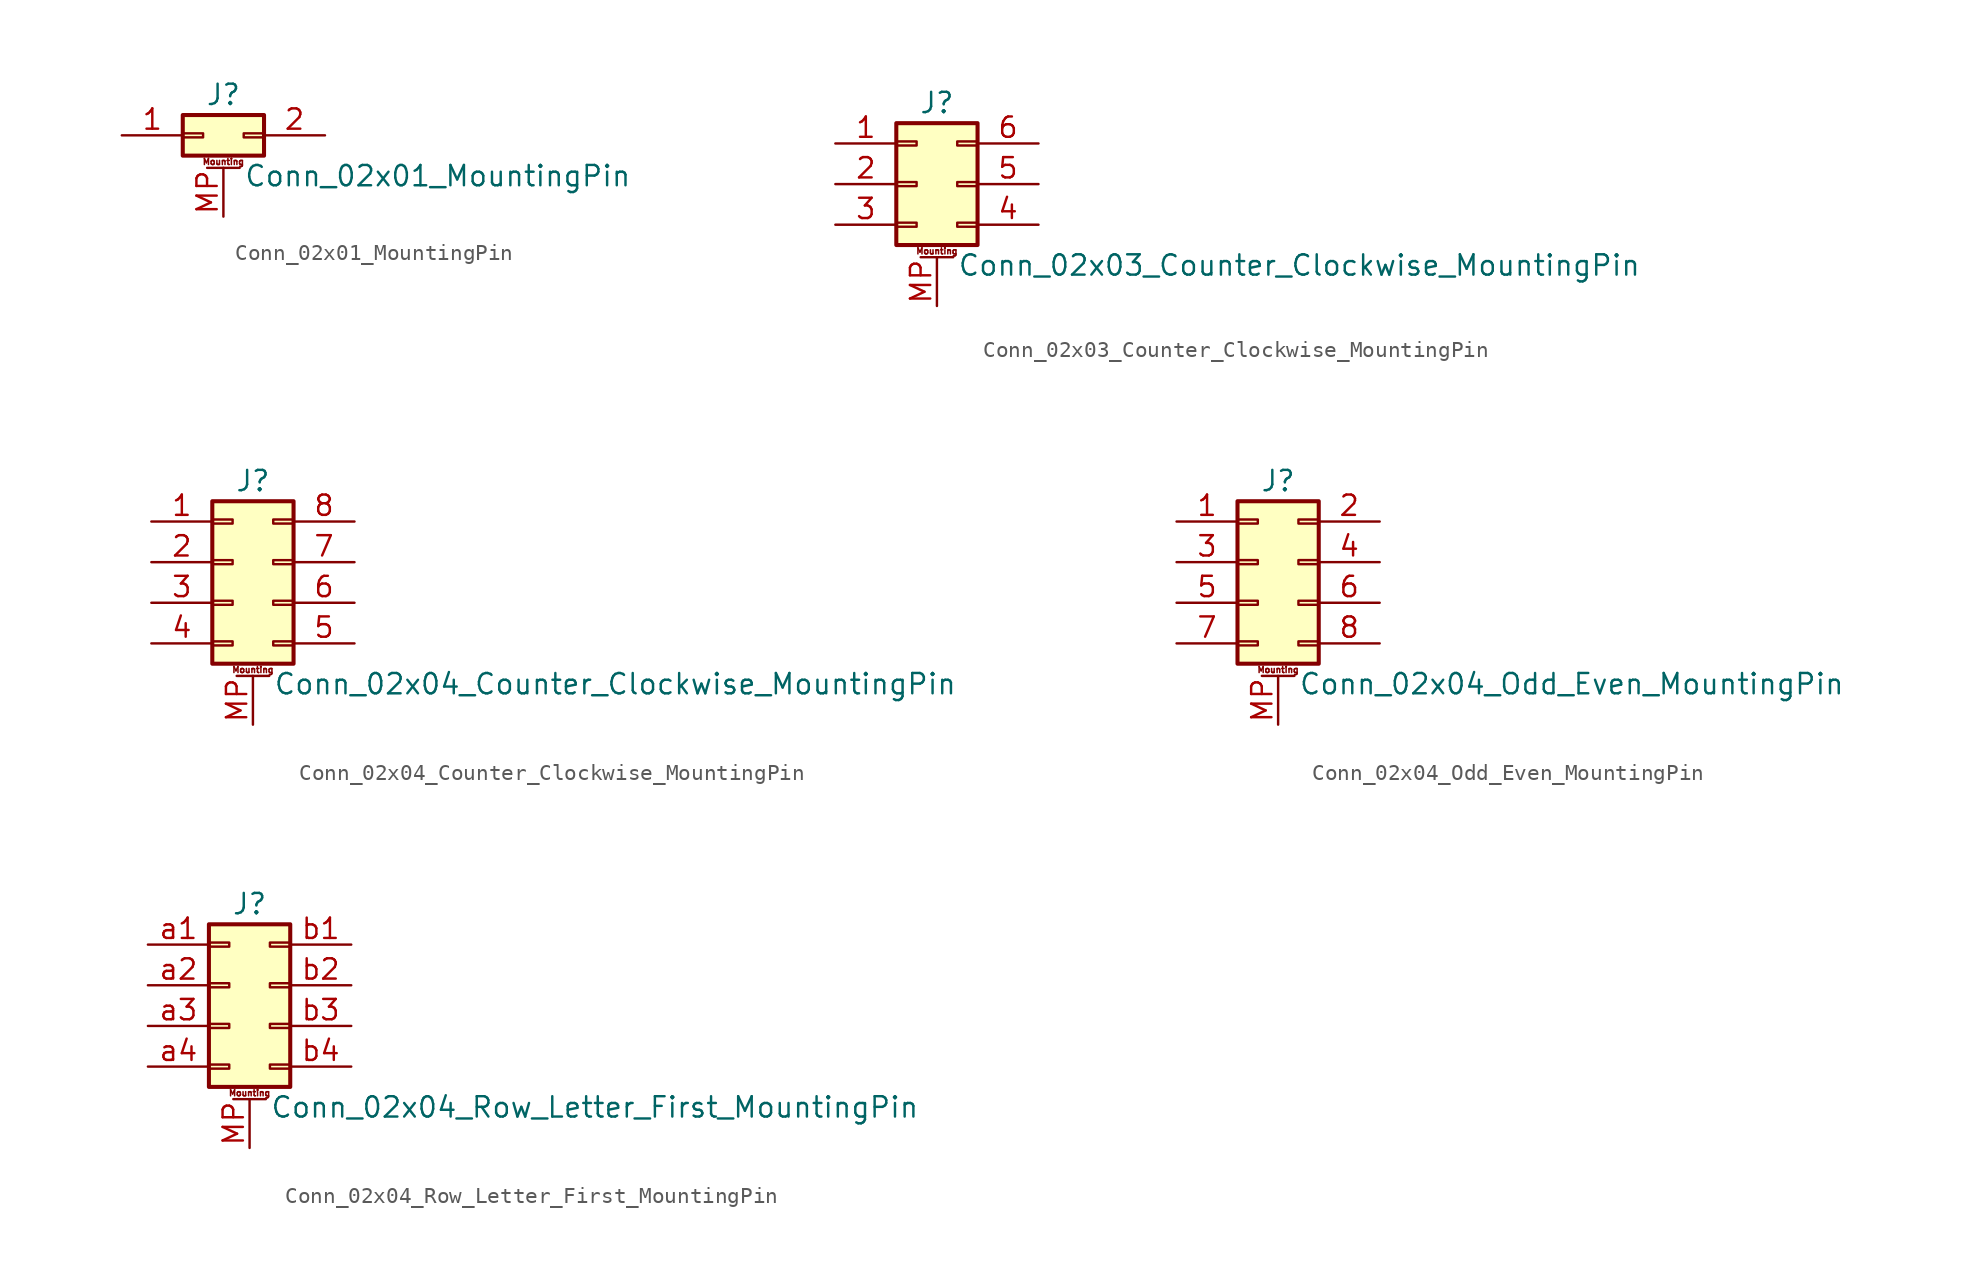
<source format=kicad_sym>
(kicad_symbol_lib
  (version 20201005)
  (generator kicad_symbol_editor)
  (symbol "Connector_Generic_MountingPin:Conn_02x01_MountingPin"
    (pin_names
      (offset 1.016) hide)
    (property "Reference" "J"
      (at 1.27 2.54 0)
      (effects (font (size 1.27 1.27))))
    (property "Value" "Conn_02x01_MountingPin"
      (at 2.54 -2.54 0)
      (effects (font (size 1.27 1.27)) (justify left)))
    (symbol "Conn_02x01_MountingPin_1_1"
      (text "Mounting" (at 1.27 -1.651 0) (effects (font (size 0.381 0.381))))
      (rectangle (start -1.27 0.127) (end 0 -0.127) (stroke (width 0.152)) (fill (type none)))
      (rectangle (start -1.27 1.27) (end 3.81 -1.27) (stroke (width 0.254)) (fill (type background)))
      (rectangle (start 3.81 0.127) (end 2.54 -0.127) (stroke (width 0.152)) (fill (type none)))
      (polyline (pts (xy 0.254 -2.032) (xy 2.286 -2.032)) (stroke (width 0.152)) (fill (type none)))
      (pin passive line (at 1.27 -5.08 90) (length 3.048) (name "MountPin" (effects (font (size 1.27 1.27)))) (number "MP" (effects (font (size 1.27 1.27)))))
      (pin passive line (at -5.08 0 0) (length 3.81) (name "Pin_1" (effects (font (size 1.27 1.27)))) (number "1" (effects (font (size 1.27 1.27)))))
      (pin passive line (at 7.62 0 180) (length 3.81) (name "Pin_2" (effects (font (size 1.27 1.27)))) (number "2" (effects (font (size 1.27 1.27)))))))
  (symbol "Connector_Generic_MountingPin:Conn_02x03_Counter_Clockwise_MountingPin"
    (pin_names
      (offset 1.016) hide)
    (property "Reference" "J"
      (at 1.27 5.08 0)
      (effects (font (size 1.27 1.27))))
    (property "Value" "Conn_02x03_Counter_Clockwise_MountingPin"
      (at 2.54 -5.08 0)
      (effects (font (size 1.27 1.27)) (justify left)))
    (symbol "Conn_02x03_Counter_Clockwise_MountingPin_1_1"
      (text "Mounting" (at 1.27 -4.191 0) (effects (font (size 0.381 0.381))))
      (rectangle (start -1.27 -2.413) (end 0 -2.667) (stroke (width 0.152)) (fill (type none)))
      (rectangle (start -1.27 2.667) (end 0 2.413) (stroke (width 0.152)) (fill (type none)))
      (rectangle (start -1.27 3.81) (end 3.81 -3.81) (stroke (width 0.254)) (fill (type background)))
      (rectangle (start -1.27 0.127) (end 0 -0.127) (stroke (width 0.152)) (fill (type none)))
      (rectangle (start 3.81 -2.413) (end 2.54 -2.667) (stroke (width 0.152)) (fill (type none)))
      (rectangle (start 3.81 2.667) (end 2.54 2.413) (stroke (width 0.152)) (fill (type none)))
      (rectangle (start 3.81 0.127) (end 2.54 -0.127) (stroke (width 0.152)) (fill (type none)))
      (polyline (pts (xy 0.254 -4.572) (xy 2.286 -4.572)) (stroke (width 0.152)) (fill (type none)))
      (pin passive line (at 1.27 -7.62 90) (length 3.048) (name "MountPin" (effects (font (size 1.27 1.27)))) (number "MP" (effects (font (size 1.27 1.27)))))
      (pin passive line (at -5.08 2.54 0) (length 3.81) (name "Pin_1" (effects (font (size 1.27 1.27)))) (number "1" (effects (font (size 1.27 1.27)))))
      (pin passive line (at -5.08 0 0) (length 3.81) (name "Pin_2" (effects (font (size 1.27 1.27)))) (number "2" (effects (font (size 1.27 1.27)))))
      (pin passive line (at -5.08 -2.54 0) (length 3.81) (name "Pin_3" (effects (font (size 1.27 1.27)))) (number "3" (effects (font (size 1.27 1.27)))))
      (pin passive line (at 7.62 -2.54 180) (length 3.81) (name "Pin_4" (effects (font (size 1.27 1.27)))) (number "4" (effects (font (size 1.27 1.27)))))
      (pin passive line (at 7.62 0 180) (length 3.81) (name "Pin_5" (effects (font (size 1.27 1.27)))) (number "5" (effects (font (size 1.27 1.27)))))
      (pin passive line (at 7.62 2.54 180) (length 3.81) (name "Pin_6" (effects (font (size 1.27 1.27)))) (number "6" (effects (font (size 1.27 1.27)))))))
  (symbol "Connector_Generic_MountingPin:Conn_02x04_Counter_Clockwise_MountingPin"
    (pin_names
      (offset 1.016) hide)
    (property "Reference" "J"
      (at 1.27 5.08 0)
      (effects (font (size 1.27 1.27))))
    (property "Value" "Conn_02x04_Counter_Clockwise_MountingPin"
      (at 2.54 -7.62 0)
      (effects (font (size 1.27 1.27)) (justify left)))
    (symbol "Conn_02x04_Counter_Clockwise_MountingPin_1_1"
      (text "Mounting" (at 1.27 -6.731 0) (effects (font (size 0.381 0.381))))
      (rectangle (start -1.27 -4.953) (end 0 -5.207) (stroke (width 0.152)) (fill (type none)))
      (rectangle (start -1.27 -2.413) (end 0 -2.667) (stroke (width 0.152)) (fill (type none)))
      (rectangle (start -1.27 2.667) (end 0 2.413) (stroke (width 0.152)) (fill (type none)))
      (rectangle (start -1.27 3.81) (end 3.81 -6.35) (stroke (width 0.254)) (fill (type background)))
      (rectangle (start -1.27 0.127) (end 0 -0.127) (stroke (width 0.152)) (fill (type none)))
      (rectangle (start 3.81 -4.953) (end 2.54 -5.207) (stroke (width 0.152)) (fill (type none)))
      (rectangle (start 3.81 -2.413) (end 2.54 -2.667) (stroke (width 0.152)) (fill (type none)))
      (rectangle (start 3.81 2.667) (end 2.54 2.413) (stroke (width 0.152)) (fill (type none)))
      (rectangle (start 3.81 0.127) (end 2.54 -0.127) (stroke (width 0.152)) (fill (type none)))
      (polyline (pts (xy 0.254 -7.112) (xy 2.286 -7.112)) (stroke (width 0.152)) (fill (type none)))
      (pin passive line (at 1.27 -10.16 90) (length 3.048) (name "MountPin" (effects (font (size 1.27 1.27)))) (number "MP" (effects (font (size 1.27 1.27)))))
      (pin passive line (at -5.08 2.54 0) (length 3.81) (name "Pin_1" (effects (font (size 1.27 1.27)))) (number "1" (effects (font (size 1.27 1.27)))))
      (pin passive line (at -5.08 0 0) (length 3.81) (name "Pin_2" (effects (font (size 1.27 1.27)))) (number "2" (effects (font (size 1.27 1.27)))))
      (pin passive line (at -5.08 -2.54 0) (length 3.81) (name "Pin_3" (effects (font (size 1.27 1.27)))) (number "3" (effects (font (size 1.27 1.27)))))
      (pin passive line (at -5.08 -5.08 0) (length 3.81) (name "Pin_4" (effects (font (size 1.27 1.27)))) (number "4" (effects (font (size 1.27 1.27)))))
      (pin passive line (at 7.62 -5.08 180) (length 3.81) (name "Pin_5" (effects (font (size 1.27 1.27)))) (number "5" (effects (font (size 1.27 1.27)))))
      (pin passive line (at 7.62 -2.54 180) (length 3.81) (name "Pin_6" (effects (font (size 1.27 1.27)))) (number "6" (effects (font (size 1.27 1.27)))))
      (pin passive line (at 7.62 0 180) (length 3.81) (name "Pin_7" (effects (font (size 1.27 1.27)))) (number "7" (effects (font (size 1.27 1.27)))))
      (pin passive line (at 7.62 2.54 180) (length 3.81) (name "Pin_8" (effects (font (size 1.27 1.27)))) (number "8" (effects (font (size 1.27 1.27)))))))
  (symbol "Connector_Generic_MountingPin:Conn_02x04_Odd_Even_MountingPin"
    (pin_names
      (offset 1.016) hide)
    (property "Reference" "J"
      (at 1.27 5.08 0)
      (effects (font (size 1.27 1.27))))
    (property "Value" "Conn_02x04_Odd_Even_MountingPin"
      (at 2.54 -7.62 0)
      (effects (font (size 1.27 1.27)) (justify left)))
    (symbol "Conn_02x04_Odd_Even_MountingPin_1_1"
      (text "Mounting" (at 1.27 -6.731 0) (effects (font (size 0.381 0.381))))
      (rectangle (start -1.27 -4.953) (end 0 -5.207) (stroke (width 0.152)) (fill (type none)))
      (rectangle (start -1.27 -2.413) (end 0 -2.667) (stroke (width 0.152)) (fill (type none)))
      (rectangle (start -1.27 2.667) (end 0 2.413) (stroke (width 0.152)) (fill (type none)))
      (rectangle (start -1.27 3.81) (end 3.81 -6.35) (stroke (width 0.254)) (fill (type background)))
      (rectangle (start -1.27 0.127) (end 0 -0.127) (stroke (width 0.152)) (fill (type none)))
      (rectangle (start 3.81 -4.953) (end 2.54 -5.207) (stroke (width 0.152)) (fill (type none)))
      (rectangle (start 3.81 -2.413) (end 2.54 -2.667) (stroke (width 0.152)) (fill (type none)))
      (rectangle (start 3.81 2.667) (end 2.54 2.413) (stroke (width 0.152)) (fill (type none)))
      (rectangle (start 3.81 0.127) (end 2.54 -0.127) (stroke (width 0.152)) (fill (type none)))
      (polyline (pts (xy 0.254 -7.112) (xy 2.286 -7.112)) (stroke (width 0.152)) (fill (type none)))
      (pin passive line (at 1.27 -10.16 90) (length 3.048) (name "MountPin" (effects (font (size 1.27 1.27)))) (number "MP" (effects (font (size 1.27 1.27)))))
      (pin passive line (at -5.08 2.54 0) (length 3.81) (name "Pin_1" (effects (font (size 1.27 1.27)))) (number "1" (effects (font (size 1.27 1.27)))))
      (pin passive line (at 7.62 2.54 180) (length 3.81) (name "Pin_2" (effects (font (size 1.27 1.27)))) (number "2" (effects (font (size 1.27 1.27)))))
      (pin passive line (at -5.08 0 0) (length 3.81) (name "Pin_3" (effects (font (size 1.27 1.27)))) (number "3" (effects (font (size 1.27 1.27)))))
      (pin passive line (at 7.62 0 180) (length 3.81) (name "Pin_4" (effects (font (size 1.27 1.27)))) (number "4" (effects (font (size 1.27 1.27)))))
      (pin passive line (at -5.08 -2.54 0) (length 3.81) (name "Pin_5" (effects (font (size 1.27 1.27)))) (number "5" (effects (font (size 1.27 1.27)))))
      (pin passive line (at 7.62 -2.54 180) (length 3.81) (name "Pin_6" (effects (font (size 1.27 1.27)))) (number "6" (effects (font (size 1.27 1.27)))))
      (pin passive line (at -5.08 -5.08 0) (length 3.81) (name "Pin_7" (effects (font (size 1.27 1.27)))) (number "7" (effects (font (size 1.27 1.27)))))
      (pin passive line (at 7.62 -5.08 180) (length 3.81) (name "Pin_8" (effects (font (size 1.27 1.27)))) (number "8" (effects (font (size 1.27 1.27)))))))
  (symbol "Connector_Generic_MountingPin:Conn_02x04_Row_Letter_First_MountingPin"
    (pin_names
      (offset 1.016) hide)
    (property "Reference" "J"
      (at 1.27 5.08 0)
      (effects (font (size 1.27 1.27))))
    (property "Value" "Conn_02x04_Row_Letter_First_MountingPin"
      (at 2.54 -7.62 0)
      (effects (font (size 1.27 1.27)) (justify left)))
    (symbol "Conn_02x04_Row_Letter_First_MountingPin_1_1"
      (text "Mounting" (at 1.27 -6.731 0) (effects (font (size 0.381 0.381))))
      (rectangle (start -1.27 -4.953) (end 0 -5.207) (stroke (width 0.152)) (fill (type none)))
      (rectangle (start -1.27 -2.413) (end 0 -2.667) (stroke (width 0.152)) (fill (type none)))
      (rectangle (start -1.27 2.667) (end 0 2.413) (stroke (width 0.152)) (fill (type none)))
      (rectangle (start -1.27 3.81) (end 3.81 -6.35) (stroke (width 0.254)) (fill (type background)))
      (rectangle (start -1.27 0.127) (end 0 -0.127) (stroke (width 0.152)) (fill (type none)))
      (rectangle (start 3.81 -4.953) (end 2.54 -5.207) (stroke (width 0.152)) (fill (type none)))
      (rectangle (start 3.81 -2.413) (end 2.54 -2.667) (stroke (width 0.152)) (fill (type none)))
      (rectangle (start 3.81 2.667) (end 2.54 2.413) (stroke (width 0.152)) (fill (type none)))
      (rectangle (start 3.81 0.127) (end 2.54 -0.127) (stroke (width 0.152)) (fill (type none)))
      (polyline (pts (xy 0.254 -7.112) (xy 2.286 -7.112)) (stroke (width 0.152)) (fill (type none)))
      (pin passive line (at 1.27 -10.16 90) (length 3.048) (name "MountPin" (effects (font (size 1.27 1.27)))) (number "MP" (effects (font (size 1.27 1.27)))))
      (pin passive line (at -5.08 2.54 0) (length 3.81) (name "Pin_a1" (effects (font (size 1.27 1.27)))) (number "a1" (effects (font (size 1.27 1.27)))))
      (pin passive line (at -5.08 0 0) (length 3.81) (name "Pin_a2" (effects (font (size 1.27 1.27)))) (number "a2" (effects (font (size 1.27 1.27)))))
      (pin passive line (at -5.08 -2.54 0) (length 3.81) (name "Pin_a3" (effects (font (size 1.27 1.27)))) (number "a3" (effects (font (size 1.27 1.27)))))
      (pin passive line (at -5.08 -5.08 0) (length 3.81) (name "Pin_a4" (effects (font (size 1.27 1.27)))) (number "a4" (effects (font (size 1.27 1.27)))))
      (pin passive line (at 7.62 2.54 180) (length 3.81) (name "Pin_b1" (effects (font (size 1.27 1.27)))) (number "b1" (effects (font (size 1.27 1.27)))))
      (pin passive line (at 7.62 0 180) (length 3.81) (name "Pin_b2" (effects (font (size 1.27 1.27)))) (number "b2" (effects (font (size 1.27 1.27)))))
      (pin passive line (at 7.62 -2.54 180) (length 3.81) (name "Pin_b3" (effects (font (size 1.27 1.27)))) (number "b3" (effects (font (size 1.27 1.27)))))
      (pin passive line (at 7.62 -5.08 180) (length 3.81) (name "Pin_b4" (effects (font (size 1.27 1.27)))) (number "b4" (effects (font (size 1.27 1.27))))))))
</source>
